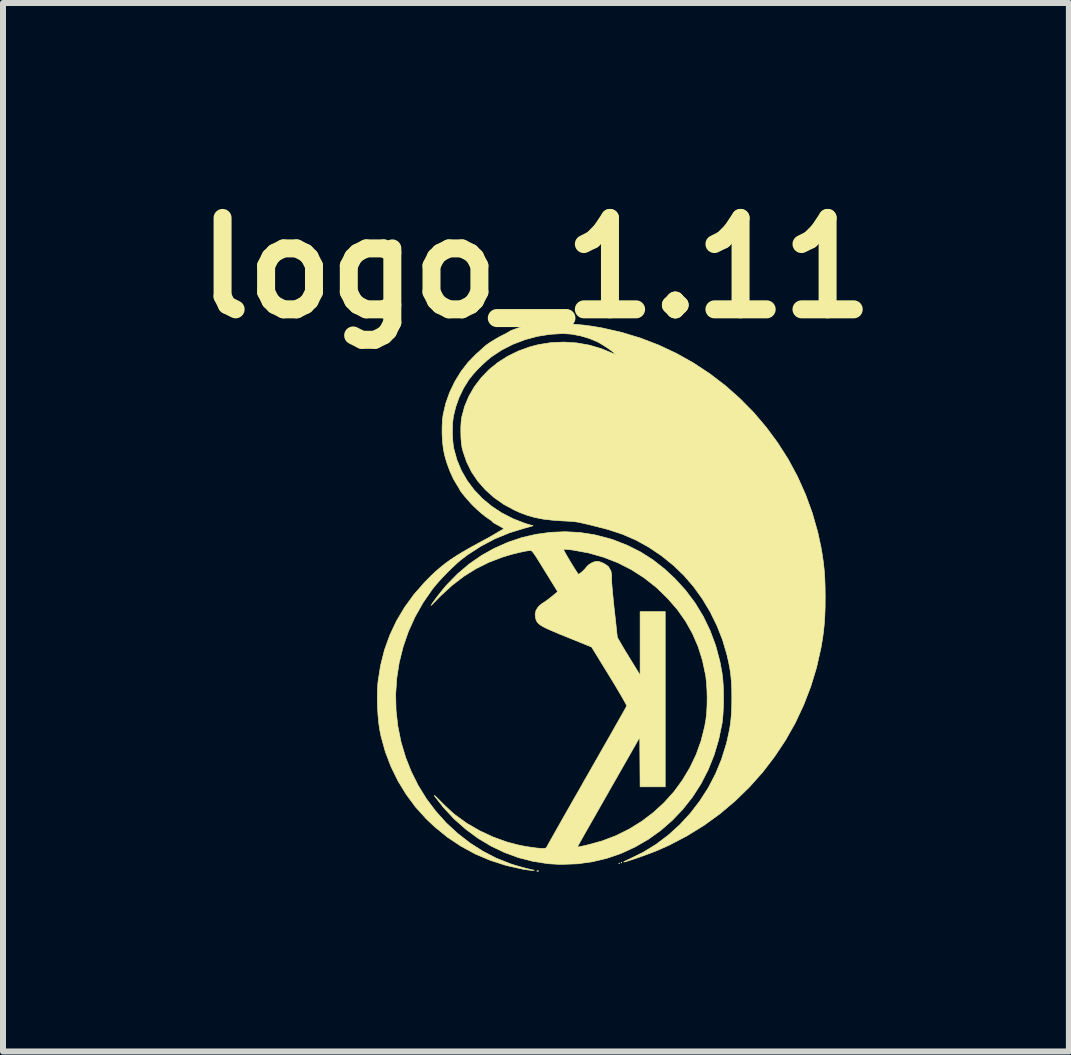
<source format=kicad_pcb>
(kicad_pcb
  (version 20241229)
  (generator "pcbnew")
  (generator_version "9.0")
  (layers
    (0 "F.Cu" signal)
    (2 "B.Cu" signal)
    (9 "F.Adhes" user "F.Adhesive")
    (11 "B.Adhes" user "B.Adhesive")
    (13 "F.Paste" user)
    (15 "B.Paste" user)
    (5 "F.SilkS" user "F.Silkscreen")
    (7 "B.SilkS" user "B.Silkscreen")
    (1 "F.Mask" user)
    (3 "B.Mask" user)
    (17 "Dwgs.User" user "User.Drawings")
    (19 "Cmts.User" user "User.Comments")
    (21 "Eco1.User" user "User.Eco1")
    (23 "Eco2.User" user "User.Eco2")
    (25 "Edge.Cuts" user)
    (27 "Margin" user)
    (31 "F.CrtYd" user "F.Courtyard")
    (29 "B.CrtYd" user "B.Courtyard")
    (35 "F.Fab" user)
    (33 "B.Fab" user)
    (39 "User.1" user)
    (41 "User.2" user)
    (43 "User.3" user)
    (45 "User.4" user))
  (footprint "logo_1.11"
    (layer "F.Cu")
    (at 6.136 6.918)
    (property "Reference" "logo_1.11" (at -0.25 -5.5 180) (layer "F.SilkS") (effects (font (size 1.524 1.524) (thickness 0.3))))
    (attr through_hole)
    (fp_poly (pts (xy 1.143 4.426) (xy 1.137 4.432) (xy 1.13 4.426) (xy 1.137 4.42) (xy 1.143 4.426)) (stroke (width 0.01) (type solid)) (fill yes) (layer "F.SilkS"))
    (fp_poly (pts (xy 1.181 4.413) (xy 1.175 4.42) (xy 1.168 4.413) (xy 1.175 4.407) (xy 1.181 4.413)) (stroke (width 0.01) (type solid)) (fill yes) (layer "F.SilkS"))
    (fp_poly (pts (xy -0.207 4.552) (xy -0.21 4.557) (xy -0.223 4.558) (xy -0.237 4.555) (xy -0.231 4.551) (xy -0.211 4.549) (xy -0.207 4.552)) (stroke (width 0.01) (type solid)) (fill yes) (layer "F.SilkS"))
    (fp_poly (pts (xy 0.483 -1.09) (xy 0.727 -1.052) (xy 0.969 -0.99) (xy 1.047 -0.965) (xy 1.279 -0.873) (xy 1.496 -0.764) (xy 1.7 -0.634) (xy 1.894 -0.482) (xy 2.064 -0.324) (xy 2.244 -0.127) (xy 2.402 0.083) (xy 2.538 0.307) (xy 2.652 0.543) (xy 2.745 0.792) (xy 2.815 1.053) (xy 2.853 1.257) (xy 2.864 1.349) (xy 2.872 1.458) (xy 2.876 1.579) (xy 2.877 1.705) (xy 2.874 1.828) (xy 2.868 1.943) (xy 2.859 2.043) (xy 2.853 2.089) (xy 2.797 2.361) (xy 2.72 2.62) (xy 2.621 2.867) (xy 2.501 3.1) (xy 2.36 3.32) (xy 2.199 3.524) (xy 2.025 3.707) (xy 1.829 3.878) (xy 1.621 4.027) (xy 1.401 4.154) (xy 1.173 4.259) (xy 0.936 4.341) (xy 0.692 4.399) (xy 0.444 4.434) (xy 0.192 4.443) (xy 0.12 4.442) (xy 0.046 4.438) (xy -0.022 4.434) (xy -0.056 4.431) (xy -0.303 4.392) (xy -0.544 4.33) (xy -0.778 4.244) (xy -1.004 4.135) (xy -1.219 4.006) (xy -1.423 3.855) (xy -1.614 3.686) (xy -1.789 3.498) (xy -1.918 3.334) (xy -1.937 3.308) (xy -1.945 3.295) (xy -1.941 3.295) (xy -1.923 3.31) (xy -1.891 3.341) (xy -1.843 3.389) (xy -1.828 3.404) (xy -1.771 3.461) (xy -1.71 3.518) (xy -1.654 3.57) (xy -1.607 3.611) (xy -1.592 3.622) (xy -1.399 3.761) (xy -1.188 3.883) (xy -0.967 3.986) (xy -0.739 4.069) (xy -0.575 4.113) (xy -0.497 4.13) (xy -0.411 4.146) (xy -0.324 4.159) (xy -0.244 4.17) (xy -0.176 4.176) (xy -0.139 4.178) (xy -0.102 4.176) (xy -0.081 4.168) (xy -0.066 4.146) (xy -0.059 4.133) (xy -0.05 4.115) (xy -0.029 4.078) (xy 0.003 4.021) (xy 0.045 3.947) (xy 0.096 3.857) (xy 0.155 3.752) (xy 0.221 3.635) (xy 0.294 3.507) (xy 0.373 3.368) (xy 0.457 3.222) (xy 0.544 3.068) (xy 0.61 2.953) (xy 0.699 2.796) (xy 0.785 2.646) (xy 0.866 2.503) (xy 0.943 2.369) (xy 1.013 2.246) (xy 1.076 2.134) (xy 1.131 2.037) (xy 1.178 1.954) (xy 1.216 1.887) (xy 1.243 1.839) (xy 1.259 1.81) (xy 1.263 1.802) (xy 1.258 1.788) (xy 1.241 1.754) (xy 1.213 1.704) (xy 1.176 1.639) (xy 1.13 1.561) (xy 1.078 1.473) (xy 1.02 1.377) (xy 0.974 1.302) (xy 0.678 0.82) (xy 0.266 0.653) (xy 0.145 0.604) (xy 0.045 0.562) (xy -0.036 0.527) (xy -0.099 0.497) (xy -0.148 0.471) (xy -0.185 0.447) (xy -0.211 0.425) (xy -0.23 0.402) (xy -0.243 0.378) (xy -0.253 0.351) (xy -0.254 0.347) (xy -0.264 0.275) (xy -0.249 0.208) (xy -0.21 0.147) (xy -0.15 0.095) (xy -0.134 0.086) (xy -0.095 0.06) (xy -0.046 0.025) (xy 0.005 -0.015) (xy 0.02 -0.027) (xy 0.112 -0.103) (xy -0.101 -0.448) (xy -0.16 -0.544) (xy -0.207 -0.62) (xy -0.244 -0.679) (xy -0.273 -0.722) (xy -0.295 -0.753) (xy -0.312 -0.773) (xy -0.325 -0.784) (xy -0.335 -0.789) (xy -0.346 -0.79) (xy -0.351 -0.79) (xy -0.425 -0.779) (xy -0.515 -0.76) (xy -0.615 -0.736) (xy -0.716 -0.708) (xy -0.81 -0.679) (xy -1.035 -0.593) (xy -1.248 -0.487) (xy -1.45 -0.361) (xy -1.645 -0.212) (xy -1.833 -0.04) (xy -1.897 0.024) (xy -1.938 0.067) (xy -1.97 0.099) (xy -1.992 0.12) (xy -1.999 0.126) (xy -1.999 0.125) (xy -1.965 0.073) (xy -1.919 0.009) (xy -1.865 -0.061) (xy -1.808 -0.133) (xy -1.753 -0.198) (xy -1.735 -0.219) (xy -1.556 -0.401) (xy -1.364 -0.564) (xy -1.159 -0.706) (xy -0.974 -0.81) (xy 0.209 -0.81) (xy 0.213 -0.798) (xy 0.228 -0.768) (xy 0.252 -0.725) (xy 0.282 -0.673) (xy 0.316 -0.616) (xy 0.351 -0.558) (xy 0.385 -0.503) (xy 0.415 -0.455) (xy 0.439 -0.419) (xy 0.455 -0.398) (xy 0.459 -0.394) (xy 0.476 -0.402) (xy 0.504 -0.423) (xy 0.536 -0.452) (xy 0.567 -0.483) (xy 0.588 -0.51) (xy 0.624 -0.548) (xy 0.674 -0.581) (xy 0.728 -0.603) (xy 0.768 -0.609) (xy 0.813 -0.602) (xy 0.866 -0.581) (xy 0.916 -0.553) (xy 0.955 -0.523) (xy 0.962 -0.515) (xy 0.999 -0.45) (xy 1.013 -0.376) (xy 1.011 -0.336) (xy 1.011 -0.309) (xy 1.013 -0.26) (xy 1.018 -0.192) (xy 1.026 -0.107) (xy 1.035 -0.008) (xy 1.046 0.102) (xy 1.054 0.178) (xy 1.066 0.283) (xy 1.077 0.381) (xy 1.086 0.468) (xy 1.094 0.542) (xy 1.1 0.599) (xy 1.104 0.636) (xy 1.105 0.651) (xy 1.111 0.666) (xy 1.13 0.699) (xy 1.158 0.748) (xy 1.194 0.81) (xy 1.237 0.882) (xy 1.286 0.961) (xy 1.295 0.977) (xy 1.486 1.287) (xy 1.486 0.229) (xy 1.905 0.229) (xy 1.905 3.15) (xy 1.486 3.15) (xy 1.483 2.737) (xy 1.48 2.325) (xy 0.965 3.227) (xy 0.886 3.367) (xy 0.81 3.5) (xy 0.739 3.625) (xy 0.673 3.74) (xy 0.614 3.844) (xy 0.562 3.935) (xy 0.519 4.012) (xy 0.485 4.072) (xy 0.461 4.115) (xy 0.448 4.138) (xy 0.447 4.141) (xy 0.445 4.148) (xy 0.448 4.151) (xy 0.46 4.151) (xy 0.484 4.147) (xy 0.524 4.139) (xy 0.584 4.125) (xy 0.606 4.12) (xy 0.851 4.053) (xy 1.085 3.964) (xy 1.306 3.854) (xy 1.514 3.725) (xy 1.708 3.578) (xy 1.886 3.414) (xy 2.048 3.235) (xy 2.191 3.04) (xy 2.315 2.833) (xy 2.42 2.614) (xy 2.503 2.383) (xy 2.563 2.143) (xy 2.584 2.023) (xy 2.596 1.918) (xy 2.602 1.797) (xy 2.604 1.667) (xy 2.601 1.536) (xy 2.593 1.413) (xy 2.581 1.305) (xy 2.578 1.289) (xy 2.527 1.046) (xy 2.455 0.816) (xy 2.361 0.598) (xy 2.246 0.392) (xy 2.108 0.196) (xy 1.946 0.01) (xy 1.762 -0.169) (xy 1.747 -0.182) (xy 1.551 -0.336) (xy 1.34 -0.471) (xy 1.116 -0.585) (xy 0.879 -0.677) (xy 0.631 -0.748) (xy 0.373 -0.796) (xy 0.333 -0.801) (xy 0.281 -0.807) (xy 0.239 -0.81) (xy 0.214 -0.811) (xy 0.209 -0.81) (xy -0.974 -0.81) (xy -0.943 -0.827) (xy -0.718 -0.927) (xy -0.486 -1.005) (xy -0.249 -1.06) (xy -0.007 -1.093) (xy 0.238 -1.103) (xy 0.483 -1.09)) (stroke (width 0.01) (type solid)) (fill yes) (layer "F.SilkS"))
    (fp_poly (pts (xy -0.002 -4.572) (xy 0.156 -4.571) (xy 0.296 -4.567) (xy 0.422 -4.559) (xy 0.543 -4.548) (xy 0.664 -4.532) (xy 0.792 -4.511) (xy 0.845 -4.502) (xy 1.171 -4.429) (xy 1.488 -4.333) (xy 1.796 -4.215) (xy 2.092 -4.076) (xy 2.377 -3.916) (xy 2.648 -3.737) (xy 2.906 -3.54) (xy 3.149 -3.325) (xy 3.377 -3.094) (xy 3.587 -2.847) (xy 3.78 -2.586) (xy 3.955 -2.312) (xy 4.11 -2.024) (xy 4.244 -1.725) (xy 4.357 -1.415) (xy 4.448 -1.096) (xy 4.502 -0.845) (xy 4.525 -0.709) (xy 4.543 -0.583) (xy 4.556 -0.46) (xy 4.565 -0.332) (xy 4.57 -0.194) (xy 4.572 -0.038) (xy 4.572 -0.006) (xy 4.571 0.153) (xy 4.566 0.294) (xy 4.558 0.423) (xy 4.546 0.547) (xy 4.529 0.672) (xy 4.507 0.805) (xy 4.502 0.832) (xy 4.429 1.159) (xy 4.332 1.477) (xy 4.213 1.786) (xy 4.073 2.085) (xy 3.911 2.372) (xy 3.729 2.646) (xy 3.529 2.907) (xy 3.31 3.153) (xy 3.074 3.383) (xy 2.822 3.596) (xy 2.554 3.791) (xy 2.271 3.966) (xy 1.975 4.121) (xy 1.797 4.201) (xy 1.739 4.225) (xy 1.671 4.251) (xy 1.597 4.279) (xy 1.519 4.307) (xy 1.443 4.334) (xy 1.372 4.358) (xy 1.309 4.378) (xy 1.259 4.394) (xy 1.225 4.402) (xy 1.212 4.404) (xy 1.22 4.397) (xy 1.247 4.383) (xy 1.287 4.364) (xy 1.305 4.356) (xy 1.535 4.243) (xy 1.753 4.109) (xy 1.958 3.954) (xy 2.149 3.781) (xy 2.324 3.591) (xy 2.482 3.385) (xy 2.623 3.166) (xy 2.743 2.935) (xy 2.843 2.693) (xy 2.921 2.443) (xy 2.932 2.4) (xy 2.96 2.277) (xy 2.982 2.166) (xy 2.997 2.06) (xy 3.007 1.952) (xy 3.013 1.835) (xy 3.015 1.701) (xy 3.015 1.67) (xy 3.014 1.53) (xy 3.009 1.409) (xy 2.999 1.298) (xy 2.985 1.192) (xy 2.964 1.082) (xy 2.937 0.962) (xy 2.933 0.946) (xy 2.862 0.703) (xy 2.768 0.465) (xy 2.655 0.235) (xy 2.524 0.016) (xy 2.377 -0.188) (xy 2.215 -0.375) (xy 2.045 -0.539) (xy 1.839 -0.705) (xy 1.629 -0.846) (xy 1.414 -0.965) (xy 1.189 -1.062) (xy 0.954 -1.139) (xy 0.894 -1.155) (xy 0.776 -1.185) (xy 0.679 -1.21) (xy 0.599 -1.229) (xy 0.534 -1.244) (xy 0.479 -1.256) (xy 0.431 -1.265) (xy 0.387 -1.271) (xy 0.343 -1.275) (xy 0.295 -1.278) (xy 0.241 -1.281) (xy 0.197 -1.283) (xy 0.025 -1.295) (xy -0.128 -1.313) (xy -0.267 -1.34) (xy -0.396 -1.376) (xy -0.521 -1.423) (xy -0.603 -1.46) (xy -0.785 -1.558) (xy -0.948 -1.672) (xy -1.093 -1.802) (xy -1.219 -1.945) (xy -1.324 -2.1) (xy -1.407 -2.268) (xy -1.467 -2.445) (xy -1.483 -2.508) (xy -1.493 -2.575) (xy -1.5 -2.659) (xy -1.503 -2.752) (xy -1.503 -2.847) (xy -1.498 -2.934) (xy -1.489 -3.006) (xy -1.487 -3.016) (xy -1.439 -3.194) (xy -1.368 -3.363) (xy -1.276 -3.522) (xy -1.164 -3.669) (xy -1.034 -3.804) (xy -0.886 -3.924) (xy -0.723 -4.028) (xy -0.545 -4.115) (xy -0.355 -4.184) (xy -0.21 -4.222) (xy 0.002 -4.256) (xy 0.216 -4.265) (xy 0.429 -4.251) (xy 0.64 -4.214) (xy 0.843 -4.154) (xy 0.981 -4.097) (xy 1.025 -4.078) (xy 1.057 -4.066) (xy 1.073 -4.061) (xy 1.074 -4.062) (xy 1.056 -4.081) (xy 1.021 -4.109) (xy 0.975 -4.144) (xy 0.922 -4.18) (xy 0.867 -4.215) (xy 0.816 -4.246) (xy 0.78 -4.266) (xy 0.64 -4.325) (xy 0.491 -4.369) (xy 0.341 -4.397) (xy 0.199 -4.407) (xy -0.016 -4.394) (xy -0.228 -4.36) (xy -0.435 -4.304) (xy -0.634 -4.228) (xy -0.82 -4.133) (xy -0.991 -4.021) (xy -0.993 -4.019) (xy -1.071 -3.955) (xy -1.154 -3.878) (xy -1.237 -3.795) (xy -1.311 -3.712) (xy -1.371 -3.635) (xy -1.373 -3.632) (xy -1.458 -3.495) (xy -1.531 -3.343) (xy -1.588 -3.183) (xy -1.627 -3.023) (xy -1.627 -3.023) (xy -1.637 -2.94) (xy -1.642 -2.842) (xy -1.643 -2.737) (xy -1.638 -2.634) (xy -1.629 -2.541) (xy -1.62 -2.489) (xy -1.568 -2.301) (xy -1.494 -2.123) (xy -1.397 -1.955) (xy -1.28 -1.799) (xy -1.144 -1.656) (xy -0.989 -1.528) (xy -0.818 -1.415) (xy -0.63 -1.319) (xy -0.459 -1.252) (xy -0.403 -1.233) (xy -0.353 -1.218) (xy -0.316 -1.208) (xy -0.3 -1.206) (xy -0.302 -1.203) (xy -0.324 -1.194) (xy -0.364 -1.183) (xy -0.418 -1.168) (xy -0.438 -1.163) (xy -0.691 -1.085) (xy -0.935 -0.985) (xy -1.168 -0.862) (xy -1.388 -0.72) (xy -1.511 -0.626) (xy -1.574 -0.571) (xy -1.648 -0.502) (xy -1.727 -0.425) (xy -1.805 -0.343) (xy -1.879 -0.263) (xy -1.941 -0.19) (xy -1.977 -0.145) (xy -2.133 0.081) (xy -2.267 0.318) (xy -2.378 0.564) (xy -2.465 0.817) (xy -2.53 1.076) (xy -2.571 1.339) (xy -2.589 1.605) (xy -2.583 1.872) (xy -2.553 2.138) (xy -2.5 2.403) (xy -2.422 2.663) (xy -2.33 2.895) (xy -2.213 3.129) (xy -2.076 3.351) (xy -1.919 3.559) (xy -1.746 3.752) (xy -1.556 3.927) (xy -1.353 4.085) (xy -1.137 4.223) (xy -0.911 4.34) (xy -0.675 4.434) (xy -0.673 4.434) (xy -0.612 4.454) (xy -0.54 4.475) (xy -0.463 4.497) (xy -0.39 4.516) (xy -0.327 4.531) (xy -0.292 4.538) (xy -0.277 4.541) (xy -0.286 4.543) (xy -0.305 4.544) (xy -0.337 4.542) (xy -0.385 4.536) (xy -0.443 4.528) (xy -0.476 4.522) (xy -0.748 4.461) (xy -1.009 4.377) (xy -1.26 4.271) (xy -1.498 4.142) (xy -1.725 3.991) (xy -1.938 3.818) (xy -2.08 3.684) (xy -2.257 3.488) (xy -2.414 3.276) (xy -2.552 3.05) (xy -2.668 2.812) (xy -2.762 2.565) (xy -2.833 2.309) (xy -2.852 2.214) (xy -2.87 2.098) (xy -2.883 1.966) (xy -2.892 1.823) (xy -2.895 1.68) (xy -2.893 1.543) (xy -2.886 1.42) (xy -2.883 1.395) (xy -2.841 1.127) (xy -2.776 0.869) (xy -2.687 0.621) (xy -2.575 0.384) (xy -2.44 0.157) (xy -2.283 -0.059) (xy -2.102 -0.264) (xy -2.095 -0.271) (xy -2.011 -0.357) (xy -1.93 -0.434) (xy -1.849 -0.504) (xy -1.767 -0.57) (xy -1.679 -0.634) (xy -1.582 -0.698) (xy -1.474 -0.764) (xy -1.351 -0.835) (xy -1.21 -0.912) (xy -1.099 -0.972) (xy -1.052 -0.997) (xy -0.994 -1.03) (xy -0.935 -1.065) (xy -0.914 -1.077) (xy -0.868 -1.105) (xy -0.829 -1.127) (xy -0.804 -1.14) (xy -0.797 -1.143) (xy -0.786 -1.148) (xy -0.798 -1.161) (xy -0.832 -1.183) (xy -0.883 -1.211) (xy -0.926 -1.234) (xy -0.959 -1.254) (xy -0.976 -1.268) (xy -0.978 -1.27) (xy -0.988 -1.283) (xy -1.013 -1.301) (xy -1.026 -1.31) (xy -1.087 -1.352) (xy -1.158 -1.408) (xy -1.233 -1.474) (xy -1.305 -1.543) (xy -1.342 -1.583) (xy -1.391 -1.638) (xy -1.437 -1.691) (xy -1.476 -1.739) (xy -1.505 -1.777) (xy -1.521 -1.803) (xy -1.524 -1.81) (xy -1.531 -1.824) (xy -1.547 -1.852) (xy -1.56 -1.871) (xy -1.626 -1.983) (xy -1.686 -2.114) (xy -1.739 -2.26) (xy -1.772 -2.375) (xy -1.793 -2.477) (xy -1.807 -2.596) (xy -1.815 -2.724) (xy -1.815 -2.85) (xy -1.809 -2.969) (xy -1.798 -3.052) (xy -1.755 -3.241) (xy -1.689 -3.427) (xy -1.603 -3.606) (xy -1.5 -3.774) (xy -1.382 -3.927) (xy -1.25 -4.062) (xy -1.247 -4.064) (xy -1.201 -4.105) (xy -1.16 -4.143) (xy -1.128 -4.172) (xy -1.113 -4.186) (xy -1.072 -4.22) (xy -1.013 -4.261) (xy -0.941 -4.305) (xy -0.861 -4.351) (xy -0.813 -4.376) (xy -0.763 -4.401) (xy -0.721 -4.424) (xy -0.694 -4.44) (xy -0.686 -4.446) (xy -0.672 -4.454) (xy -0.639 -4.467) (xy -0.59 -4.485) (xy -0.531 -4.506) (xy -0.509 -4.514) (xy -0.34 -4.572) (xy -0.002 -4.572)) (stroke (width 0.01) (type solid)) (fill yes) (layer "F.SilkS")))
  (gr_rect
    (start -3 -3)
    (end 14.771 14.481)
    (stroke (width 0.1) (type default))
    (fill no)
    (layer "Edge.Cuts")))
</source>
